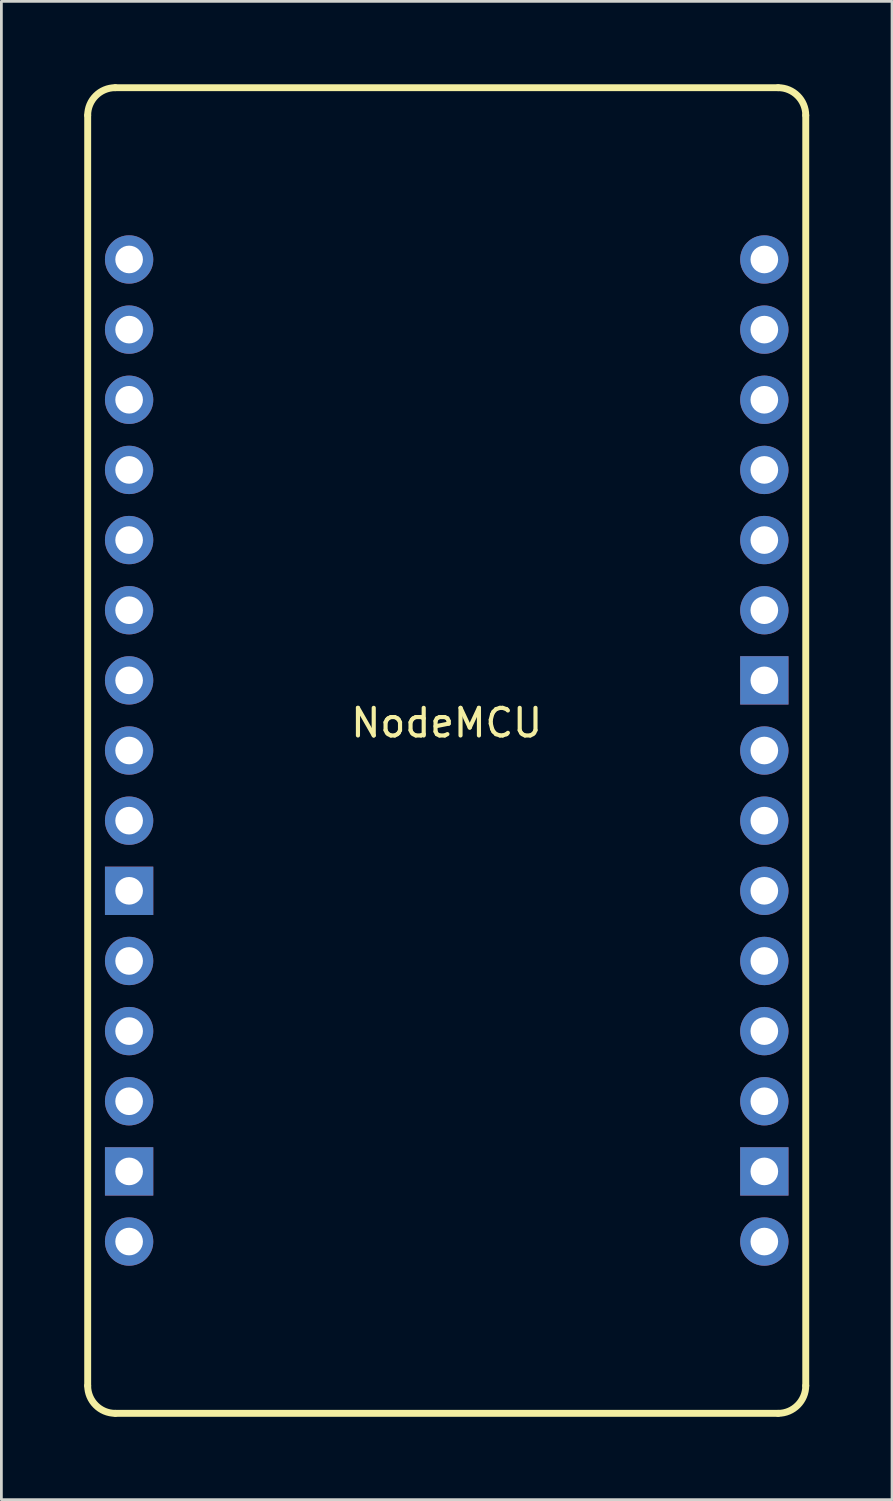
<source format=kicad_pcb>
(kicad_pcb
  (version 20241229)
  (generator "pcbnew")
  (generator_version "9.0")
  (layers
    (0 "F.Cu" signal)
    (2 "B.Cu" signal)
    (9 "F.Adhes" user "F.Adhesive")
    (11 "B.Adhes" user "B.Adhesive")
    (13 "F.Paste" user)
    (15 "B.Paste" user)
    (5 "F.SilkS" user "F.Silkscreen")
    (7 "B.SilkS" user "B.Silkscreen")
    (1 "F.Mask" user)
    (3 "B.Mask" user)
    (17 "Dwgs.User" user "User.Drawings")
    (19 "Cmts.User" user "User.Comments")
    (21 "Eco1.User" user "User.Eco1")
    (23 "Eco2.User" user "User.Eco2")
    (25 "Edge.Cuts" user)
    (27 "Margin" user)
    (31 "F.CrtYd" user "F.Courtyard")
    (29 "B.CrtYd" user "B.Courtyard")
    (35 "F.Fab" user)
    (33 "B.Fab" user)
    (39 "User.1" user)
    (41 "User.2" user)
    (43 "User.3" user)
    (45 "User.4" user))
  (footprint "NodeMCU"
    (layer "F.Cu")
    (at 13.125 24.125)
    (property "Reference" "NodeMCU" (at 0 -1 0) (layer "F.SilkS") (effects (font (size 1 1) (thickness 0.15))))
    (attr through_hole)
    (fp_line (start -13 -23) (end -13 23) (stroke (width 0.25) (type solid)) (layer "F.SilkS"))
    (fp_line (start -12 -24) (end 12 -24) (stroke (width 0.25) (type solid)) (layer "F.SilkS"))
    (fp_line (start -12 24) (end 12 24) (stroke (width 0.25) (type solid)) (layer "F.SilkS"))
    (fp_line (start 13 -23) (end 13 23) (stroke (width 0.25) (type solid)) (layer "F.SilkS"))
    (fp_arc (start -13 -23) (mid -12.707107 -23.707107) (end -12 -24) (stroke (width 0.25) (type solid)) (layer "F.SilkS"))
    (fp_arc (start -12 24) (mid -12.707107 23.707107) (end -13 23) (stroke (width 0.25) (type solid)) (layer "F.SilkS"))
    (fp_arc (start 12 -24) (mid 12.707107 -23.707107) (end 13 -23) (stroke (width 0.25) (type solid)) (layer "F.SilkS"))
    (fp_arc (start 13 23) (mid 12.707107 23.707107) (end 12 24) (stroke (width 0.25) (type solid)) (layer "F.SilkS"))
    (pad "1" thru_hole circle (at -11.5 -17.78) (size 1.75 1.75) (drill 1) (layers "*.Cu" "*.Mask"))
    (pad "2" thru_hole circle (at -11.5 -15.24) (size 1.75 1.75) (drill 1) (layers "*.Cu" "*.Mask"))
    (pad "3" thru_hole circle (at -11.5 -12.7) (size 1.75 1.75) (drill 1) (layers "*.Cu" "*.Mask"))
    (pad "4" thru_hole circle (at -11.5 -10.16) (size 1.75 1.75) (drill 1) (layers "*.Cu" "*.Mask"))
    (pad "5" thru_hole circle (at -11.5 -7.62) (size 1.75 1.75) (drill 1) (layers "*.Cu" "*.Mask"))
    (pad "6" thru_hole circle (at -11.5 -5.08) (size 1.75 1.75) (drill 1) (layers "*.Cu" "*.Mask"))
    (pad "7" thru_hole circle (at -11.5 -2.54) (size 1.75 1.75) (drill 1) (layers "*.Cu" "*.Mask"))
    (pad "8" thru_hole circle (at -11.5 0) (size 1.75 1.75) (drill 1) (layers "*.Cu" "*.Mask"))
    (pad "9" thru_hole circle (at -11.5 2.54) (size 1.75 1.75) (drill 1) (layers "*.Cu" "*.Mask"))
    (pad "10" thru_hole rect (at -11.5 5.08) (size 1.75 1.75) (drill 1) (layers "*.Cu" "*.Mask"))
    (pad "11" thru_hole circle (at -11.5 7.62) (size 1.75 1.75) (drill 1) (layers "*.Cu" "*.Mask"))
    (pad "12" thru_hole circle (at -11.5 10.16) (size 1.75 1.75) (drill 1) (layers "*.Cu" "*.Mask"))
    (pad "13" thru_hole circle (at -11.5 12.7) (size 1.75 1.75) (drill 1) (layers "*.Cu" "*.Mask"))
    (pad "14" thru_hole rect (at -11.5 15.24) (size 1.75 1.75) (drill 1) (layers "*.Cu" "*.Mask"))
    (pad "15" thru_hole circle (at -11.5 17.78) (size 1.75 1.75) (drill 1) (layers "*.Cu" "*.Mask"))
    (pad "16" thru_hole circle (at 11.5 17.78) (size 1.75 1.75) (drill 1) (layers "*.Cu" "*.Mask"))
    (pad "17" thru_hole rect (at 11.5 15.24) (size 1.75 1.75) (drill 1) (layers "*.Cu" "*.Mask"))
    (pad "18" thru_hole circle (at 11.5 12.7) (size 1.75 1.75) (drill 1) (layers "*.Cu" "*.Mask"))
    (pad "19" thru_hole circle (at 11.5 10.16) (size 1.75 1.75) (drill 1) (layers "*.Cu" "*.Mask"))
    (pad "20" thru_hole circle (at 11.5 7.62) (size 1.75 1.75) (drill 1) (layers "*.Cu" "*.Mask"))
    (pad "21" thru_hole circle (at 11.5 5.08) (size 1.75 1.75) (drill 1) (layers "*.Cu" "*.Mask"))
    (pad "22" thru_hole circle (at 11.5 2.54) (size 1.75 1.75) (drill 1) (layers "*.Cu" "*.Mask"))
    (pad "23" thru_hole circle (at 11.5 0) (size 1.75 1.75) (drill 1) (layers "*.Cu" "*.Mask"))
    (pad "24" thru_hole rect (at 11.5 -2.54) (size 1.75 1.75) (drill 1) (layers "*.Cu" "*.Mask"))
    (pad "25" thru_hole circle (at 11.5 -5.08) (size 1.75 1.75) (drill 1) (layers "*.Cu" "*.Mask"))
    (pad "26" thru_hole circle (at 11.5 -7.62) (size 1.75 1.75) (drill 1) (layers "*.Cu" "*.Mask"))
    (pad "27" thru_hole circle (at 11.5 -10.16) (size 1.75 1.75) (drill 1) (layers "*.Cu" "*.Mask"))
    (pad "28" thru_hole circle (at 11.5 -12.7) (size 1.75 1.75) (drill 1) (layers "*.Cu" "*.Mask"))
    (pad "29" thru_hole circle (at 11.5 -15.24) (size 1.75 1.75) (drill 1) (layers "*.Cu" "*.Mask"))
    (pad "30" thru_hole circle (at 11.5 -17.78) (size 1.75 1.75) (drill 1) (layers "*.Cu" "*.Mask")))
  (gr_rect
    (start -3 -3)
    (end 29.25 51.25)
    (stroke (width 0.1) (type default))
    (fill no)
    (layer "Edge.Cuts")))
</source>
